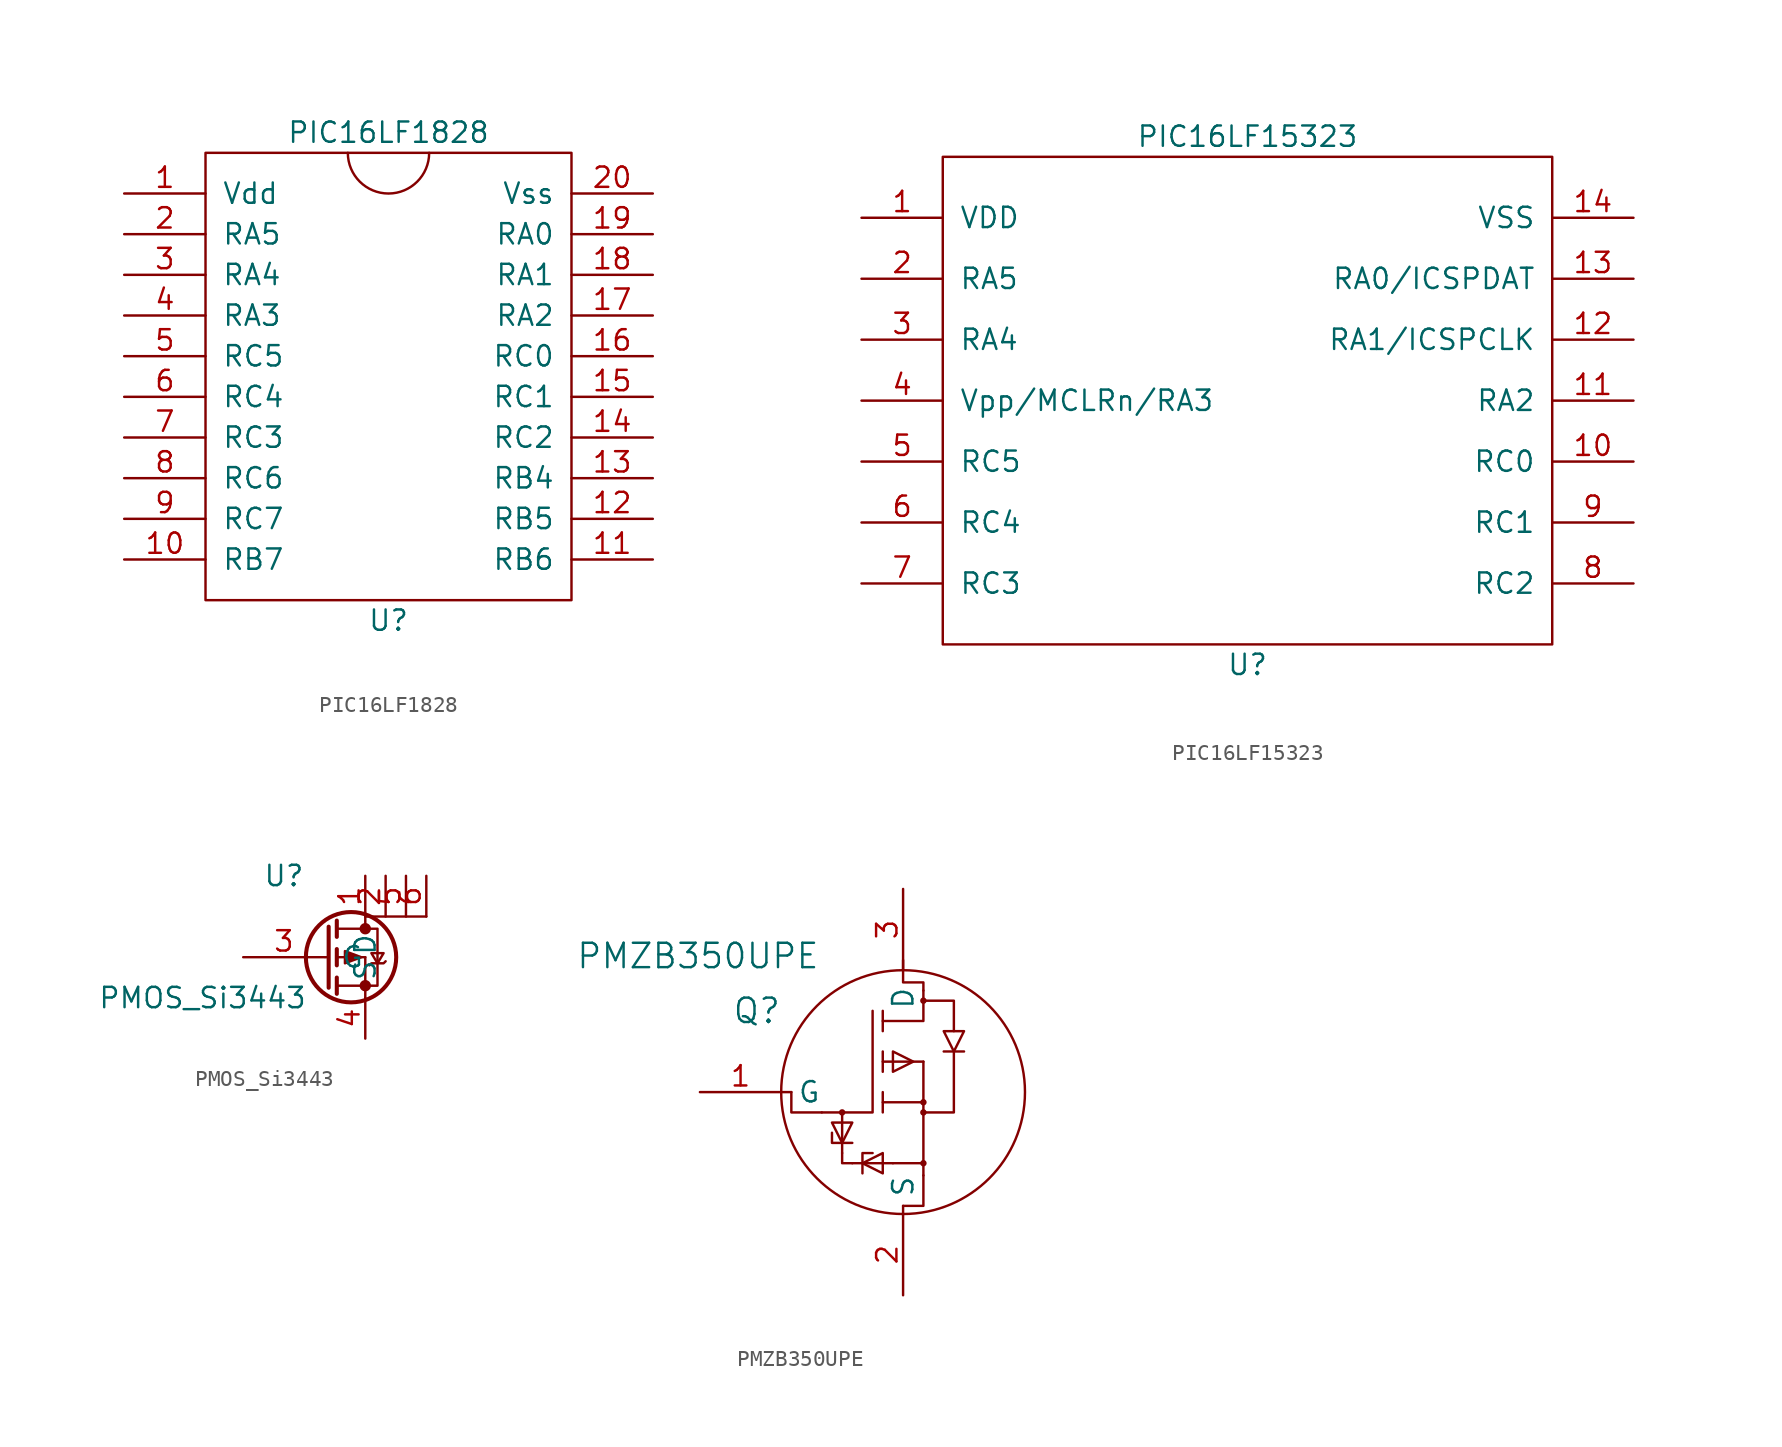
<source format=kicad_sym>
(kicad_symbol_lib
  (version 20211014)
  (generator kicad_symbol_editor)
  (symbol "PIC16LF1828"
    (pin_names
      (offset 1.016))
    (property "Reference" "U"
      (at 0 -15.24 0)
      (effects (font (size 1.27 1.27))))
    (property "Value" "PIC16LF1828"
      (at 0 15.24 0)
      (effects (font (size 1.27 1.27))))
    (symbol "PIC16LF1828_0_1"
      (rectangle (start -11.43 13.97) (end 11.43 -13.97) (stroke (width 0) (type default) (color 0 0 0 0)) (fill (type none)))
      (arc (start -2.54 13.97) (mid 0 11.43) (end 2.54 13.97) (stroke (width 0) (type default) (color 0 0 0 0)) (fill (type none))))
    (symbol "PIC16LF1828_1_1"
      (pin input line (at -16.51 11.43 0) (length 5.08) (name "Vdd" (effects (font (size 1.27 1.27)))) (number "1" (effects (font (size 1.27 1.27)))))
      (pin input line (at -16.51 -11.43 0) (length 5.08) (name "RB7" (effects (font (size 1.27 1.27)))) (number "10" (effects (font (size 1.27 1.27)))))
      (pin input line (at 16.51 -11.43 180) (length 5.08) (name "RB6" (effects (font (size 1.27 1.27)))) (number "11" (effects (font (size 1.27 1.27)))))
      (pin input line (at 16.51 -8.89 180) (length 5.08) (name "RB5" (effects (font (size 1.27 1.27)))) (number "12" (effects (font (size 1.27 1.27)))))
      (pin input line (at 16.51 -6.35 180) (length 5.08) (name "RB4" (effects (font (size 1.27 1.27)))) (number "13" (effects (font (size 1.27 1.27)))))
      (pin input line (at 16.51 -3.81 180) (length 5.08) (name "RC2" (effects (font (size 1.27 1.27)))) (number "14" (effects (font (size 1.27 1.27)))))
      (pin input line (at 16.51 -1.27 180) (length 5.08) (name "RC1" (effects (font (size 1.27 1.27)))) (number "15" (effects (font (size 1.27 1.27)))))
      (pin input line (at 16.51 1.27 180) (length 5.08) (name "RC0" (effects (font (size 1.27 1.27)))) (number "16" (effects (font (size 1.27 1.27)))))
      (pin input line (at 16.51 3.81 180) (length 5.08) (name "RA2" (effects (font (size 1.27 1.27)))) (number "17" (effects (font (size 1.27 1.27)))))
      (pin input line (at 16.51 6.35 180) (length 5.08) (name "RA1" (effects (font (size 1.27 1.27)))) (number "18" (effects (font (size 1.27 1.27)))))
      (pin input line (at 16.51 8.89 180) (length 5.08) (name "RA0" (effects (font (size 1.27 1.27)))) (number "19" (effects (font (size 1.27 1.27)))))
      (pin input line (at -16.51 8.89 0) (length 5.08) (name "RA5" (effects (font (size 1.27 1.27)))) (number "2" (effects (font (size 1.27 1.27)))))
      (pin input line (at 16.51 11.43 180) (length 5.08) (name "Vss" (effects (font (size 1.27 1.27)))) (number "20" (effects (font (size 1.27 1.27)))))
      (pin input line (at -16.51 6.35 0) (length 5.08) (name "RA4" (effects (font (size 1.27 1.27)))) (number "3" (effects (font (size 1.27 1.27)))))
      (pin input line (at -16.51 3.81 0) (length 5.08) (name "RA3" (effects (font (size 1.27 1.27)))) (number "4" (effects (font (size 1.27 1.27)))))
      (pin input line (at -16.51 1.27 0) (length 5.08) (name "RC5" (effects (font (size 1.27 1.27)))) (number "5" (effects (font (size 1.27 1.27)))))
      (pin input line (at -16.51 -1.27 0) (length 5.08) (name "RC4" (effects (font (size 1.27 1.27)))) (number "6" (effects (font (size 1.27 1.27)))))
      (pin input line (at -16.51 -3.81 0) (length 5.08) (name "RC3" (effects (font (size 1.27 1.27)))) (number "7" (effects (font (size 1.27 1.27)))))
      (pin input line (at -16.51 -6.35 0) (length 5.08) (name "RC6" (effects (font (size 1.27 1.27)))) (number "8" (effects (font (size 1.27 1.27)))))
      (pin input line (at -16.51 -8.89 0) (length 5.08) (name "RC7" (effects (font (size 1.27 1.27)))) (number "9" (effects (font (size 1.27 1.27)))))))
  (symbol "PIC16LF15323"
    (pin_names
      (offset 1.016))
    (property "Reference" "U"
      (at 0 -16.51 0)
      (effects (font (size 1.27 1.27))))
    (property "Value" "PIC16LF15323"
      (at 0 16.51 0)
      (effects (font (size 1.27 1.27))))
    (symbol "PIC16LF15323_0_1"
      (rectangle (start -19.05 15.24) (end 19.05 -15.24) (stroke (width 0) (type default) (color 0 0 0 0)) (fill (type none))))
    (symbol "PIC16LF15323_1_1"
      (pin input line (at -24.13 11.43 0) (length 5.08) (name "VDD" (effects (font (size 1.27 1.27)))) (number "1" (effects (font (size 1.27 1.27)))))
      (pin input line (at 24.13 -3.81 180) (length 5.08) (name "RC0" (effects (font (size 1.27 1.27)))) (number "10" (effects (font (size 1.27 1.27)))))
      (pin input line (at 24.13 0 180) (length 5.08) (name "RA2" (effects (font (size 1.27 1.27)))) (number "11" (effects (font (size 1.27 1.27)))))
      (pin input line (at 24.13 3.81 180) (length 5.08) (name "RA1/ICSPCLK" (effects (font (size 1.27 1.27)))) (number "12" (effects (font (size 1.27 1.27)))))
      (pin input line (at 24.13 7.62 180) (length 5.08) (name "RA0/ICSPDAT" (effects (font (size 1.27 1.27)))) (number "13" (effects (font (size 1.27 1.27)))))
      (pin input line (at 24.13 11.43 180) (length 5.08) (name "VSS" (effects (font (size 1.27 1.27)))) (number "14" (effects (font (size 1.27 1.27)))))
      (pin input line (at -24.13 7.62 0) (length 5.08) (name "RA5" (effects (font (size 1.27 1.27)))) (number "2" (effects (font (size 1.27 1.27)))))
      (pin input line (at -24.13 3.81 0) (length 5.08) (name "RA4" (effects (font (size 1.27 1.27)))) (number "3" (effects (font (size 1.27 1.27)))))
      (pin input line (at -24.13 0 0) (length 5.08) (name "Vpp/MCLRn/RA3" (effects (font (size 1.27 1.27)))) (number "4" (effects (font (size 1.27 1.27)))))
      (pin input line (at -24.13 -3.81 0) (length 5.08) (name "RC5" (effects (font (size 1.27 1.27)))) (number "5" (effects (font (size 1.27 1.27)))))
      (pin input line (at -24.13 -7.62 0) (length 5.08) (name "RC4" (effects (font (size 1.27 1.27)))) (number "6" (effects (font (size 1.27 1.27)))))
      (pin input line (at -24.13 -11.43 0) (length 5.08) (name "RC3" (effects (font (size 1.27 1.27)))) (number "7" (effects (font (size 1.27 1.27)))))
      (pin input line (at 24.13 -11.43 180) (length 5.08) (name "RC2" (effects (font (size 1.27 1.27)))) (number "8" (effects (font (size 1.27 1.27)))))
      (pin input line (at 24.13 -7.62 180) (length 5.08) (name "RC1" (effects (font (size 1.27 1.27)))) (number "9" (effects (font (size 1.27 1.27)))))))
  (symbol "PMOS_Si3443"
    (pin_names
      (offset 1.016))
    (property "Reference" "U"
      (at -5.08 5.08 0)
      (effects (font (size 1.27 1.27))))
    (property "Value" "PMOS_Si3443"
      (at -10.16 -2.54 0)
      (effects (font (size 1.27 1.27))))
    (symbol "PMOS_Si3443_0_1"
      (rectangle (start 0 2.54) (end 3.81 2.54) (stroke (width 0) (type default) (color 0 0 0 0)) (fill (type none))))
    (symbol "PMOS_Si3443_1_1"
      (circle (center -0.889 0) (radius 2.819) (stroke (width 0.254) (type default) (color 0 0 0 0)) (fill (type none)))
      (circle (center 0 -1.778) (radius 0.279) (stroke (width 0) (type default) (color 0 0 0 0)) (fill (type outline)))
      (polyline (pts (xy -2.489 0) (xy -2.286 0)) (stroke (width 0) (type default) (color 0 0 0 0)) (fill (type none)))
      (polyline (pts (xy -1.778 -1.778) (xy 0 -1.778)) (stroke (width 0) (type default) (color 0 0 0 0)) (fill (type none)))
      (polyline (pts (xy -1.778 -1.27) (xy -1.778 -2.286)) (stroke (width 0.254) (type default) (color 0 0 0 0)) (fill (type none)))
      (polyline (pts (xy -1.778 0) (xy 0 0)) (stroke (width 0) (type default) (color 0 0 0 0)) (fill (type none)))
      (polyline (pts (xy -1.778 0.508) (xy -1.778 -0.508)) (stroke (width 0.254) (type default) (color 0 0 0 0)) (fill (type none)))
      (polyline (pts (xy -1.778 1.778) (xy 0 1.778)) (stroke (width 0) (type default) (color 0 0 0 0)) (fill (type none)))
      (polyline (pts (xy -1.778 2.286) (xy -1.778 1.27)) (stroke (width 0.254) (type default) (color 0 0 0 0)) (fill (type none)))
      (polyline (pts (xy 0 -1.778) (xy 0 -2.54)) (stroke (width 0) (type default) (color 0 0 0 0)) (fill (type none)))
      (polyline (pts (xy 0 -1.778) (xy 0 0)) (stroke (width 0) (type default) (color 0 0 0 0)) (fill (type none)))
      (polyline (pts (xy 0 2.54) (xy 0 1.778)) (stroke (width 0) (type default) (color 0 0 0 0)) (fill (type none)))
      (polyline (pts (xy -2.286 1.905) (xy -2.286 -1.905) (xy -2.286 -1.905)) (stroke (width 0.254) (type default) (color 0 0 0 0)) (fill (type none)))
      (polyline (pts (xy -0.254 0) (xy -1.27 -0.381) (xy -1.27 0.381) (xy -0.254 0)) (stroke (width 0) (type default) (color 0 0 0 0)) (fill (type outline)))
      (polyline (pts (xy 0 -1.778) (xy 0.762 -1.778) (xy 0.762 1.778) (xy 0 1.778)) (stroke (width 0) (type default) (color 0 0 0 0)) (fill (type none)))
      (polyline (pts (xy 0.254 -0.508) (xy 0.381 -0.381) (xy 1.143 -0.381) (xy 1.27 -0.254)) (stroke (width 0) (type default) (color 0 0 0 0)) (fill (type none)))
      (polyline (pts (xy 0.762 -0.381) (xy 0.381 0.254) (xy 1.143 0.254) (xy 0.762 -0.381)) (stroke (width 0) (type default) (color 0 0 0 0)) (fill (type none)))
      (circle (center 0 1.778) (radius 0.279) (stroke (width 0) (type default) (color 0 0 0 0)) (fill (type outline)))
      (pin passive line (at 0 5.08 270) (length 2.54) (name "D" (effects (font (size 1.27 1.27)))) (number "1" (effects (font (size 1.27 1.27)))))
      (pin passive line (at 1.27 5.08 270) (length 2.54) (name "~" (effects (font (size 1.27 1.27)))) (number "2" (effects (font (size 1.27 1.27)))))
      (pin input line (at -7.62 0 0) (length 5.08) (name "G" (effects (font (size 1.27 1.27)))) (number "3" (effects (font (size 1.27 1.27)))))
      (pin passive line (at 0 -5.08 90) (length 2.54) (name "S" (effects (font (size 1.27 1.27)))) (number "4" (effects (font (size 1.27 1.27)))))
      (pin passive line (at 2.54 5.08 270) (length 2.54) (name "~" (effects (font (size 1.27 1.27)))) (number "5" (effects (font (size 1.27 1.27)))))
      (pin passive line (at 3.81 5.08 270) (length 2.54) (name "~" (effects (font (size 1.27 1.27)))) (number "6" (effects (font (size 1.27 1.27)))))))
  (symbol "PMZB350UPE"
    (pin_names
      (offset 1.016))
    (property "Reference" "Q"
      (at -9.144 5.08 0)
      (effects (font (size 1.524 1.524))))
    (property "Value" "PMZB350UPE"
      (at -12.827 8.509 0)
      (effects (font (size 1.524 1.524))))
    (property "Footprint" ""
      (at 0 0 0)
      (effects (font (size 1.524 1.524))))
    (property "Datasheet" ""
      (at 0 0 0)
      (effects (font (size 1.524 1.524))))
    (symbol "PMZB350UPE_0_1"
      (circle (center -3.81 -1.27) (radius 0.127) (stroke (width 0) (type default) (color 0 0 0 0)) (fill (type none)))
      (polyline (pts (xy -7.62 0) (xy -6.985 0)) (stroke (width 0) (type default) (color 0 0 0 0)) (fill (type none)))
      (polyline (pts (xy -3.81 -3.81) (xy -3.81 -1.27)) (stroke (width 0) (type default) (color 0 0 0 0)) (fill (type none)))
      (polyline (pts (xy -3.175 -4.445) (xy -0.635 -4.445)) (stroke (width 0) (type default) (color 0 0 0 0)) (fill (type none)))
      (polyline (pts (xy -1.27 -1.27) (xy -1.27 0)) (stroke (width 0) (type default) (color 0 0 0 0)) (fill (type none)))
      (polyline (pts (xy -1.27 1.27) (xy -1.27 2.54)) (stroke (width 0) (type default) (color 0 0 0 0)) (fill (type none)))
      (polyline (pts (xy -1.27 1.905) (xy 1.27 1.905)) (stroke (width 0) (type default) (color 0 0 0 0)) (fill (type none)))
      (polyline (pts (xy -1.27 3.81) (xy -1.27 5.08)) (stroke (width 0) (type default) (color 0 0 0 0)) (fill (type none)))
      (polyline (pts (xy 0 -7.62) (xy 0 -7.112)) (stroke (width 0) (type default) (color 0 0 0 0)) (fill (type none)))
      (polyline (pts (xy 0 8.255) (xy 0 7.62)) (stroke (width 0) (type default) (color 0 0 0 0)) (fill (type none)))
      (polyline (pts (xy 1.27 -4.445) (xy 1.27 -5.207)) (stroke (width 0) (type default) (color 0 0 0 0)) (fill (type none)))
      (polyline (pts (xy 1.27 5.715) (xy 1.27 6.35)) (stroke (width 0) (type default) (color 0 0 0 0)) (fill (type none)))
      (polyline (pts (xy 2.54 2.54) (xy 3.81 2.54)) (stroke (width 0) (type default) (color 0 0 0 0)) (fill (type none)))
      (polyline (pts (xy -6.985 0) (xy -6.985 -1.27) (xy -5.08 -1.27)) (stroke (width 0) (type default) (color 0 0 0 0)) (fill (type none)))
      (polyline (pts (xy -4.445 -2.54) (xy -4.445 -3.175) (xy -3.175 -3.175)) (stroke (width 0) (type default) (color 0 0 0 0)) (fill (type none)))
      (polyline (pts (xy -3.81 -3.81) (xy -3.81 -4.445) (xy -3.175 -4.445)) (stroke (width 0) (type default) (color 0 0 0 0)) (fill (type none)))
      (polyline (pts (xy -1.905 -3.81) (xy -2.54 -3.81) (xy -2.54 -5.08)) (stroke (width 0) (type default) (color 0 0 0 0)) (fill (type none)))
      (polyline (pts (xy -1.905 5.08) (xy -1.905 -1.27) (xy -5.08 -1.27)) (stroke (width 0) (type default) (color 0 0 0 0)) (fill (type none)))
      (polyline (pts (xy -1.27 4.445) (xy 1.27 4.445) (xy 1.27 5.715)) (stroke (width 0) (type default) (color 0 0 0 0)) (fill (type none)))
      (polyline (pts (xy -0.635 -4.445) (xy 1.27 -4.445) (xy 1.27 -0.635)) (stroke (width 0) (type default) (color 0 0 0 0)) (fill (type none)))
      (polyline (pts (xy 0 -7.112) (xy 1.27 -7.112) (xy 1.27 -5.207)) (stroke (width 0) (type default) (color 0 0 0 0)) (fill (type none)))
      (polyline (pts (xy 1.27 -1.27) (xy 3.175 -1.27) (xy 3.175 2.54)) (stroke (width 0) (type default) (color 0 0 0 0)) (fill (type none)))
      (polyline (pts (xy 1.27 1.905) (xy 1.27 -0.635) (xy -1.27 -0.635)) (stroke (width 0) (type default) (color 0 0 0 0)) (fill (type none)))
      (polyline (pts (xy 1.27 5.715) (xy 3.175 5.715) (xy 3.175 3.81)) (stroke (width 0) (type default) (color 0 0 0 0)) (fill (type none)))
      (polyline (pts (xy -4.445 -1.905) (xy -3.81 -3.175) (xy -3.175 -1.905) (xy -4.445 -1.905)) (stroke (width 0) (type default) (color 0 0 0 0)) (fill (type none)))
      (polyline (pts (xy -1.27 -3.81) (xy -2.54 -4.445) (xy -1.27 -5.08) (xy -1.27 -3.81)) (stroke (width 0) (type default) (color 0 0 0 0)) (fill (type none)))
      (polyline (pts (xy -0.635 2.54) (xy -0.635 1.27) (xy 0.635 1.905) (xy -0.635 2.54)) (stroke (width 0) (type default) (color 0 0 0 0)) (fill (type none)))
      (polyline (pts (xy 1.27 6.35) (xy 1.27 6.858) (xy 0 6.858) (xy 0 7.62)) (stroke (width 0) (type default) (color 0 0 0 0)) (fill (type none)))
      (polyline (pts (xy 2.54 3.81) (xy 3.81 3.81) (xy 3.175 2.54) (xy 2.54 3.81)) (stroke (width 0) (type default) (color 0 0 0 0)) (fill (type none)))
      (circle (center 0 0) (radius 7.62) (stroke (width 0) (type default) (color 0 0 0 0)) (fill (type none)))
      (circle (center 1.27 -4.445) (radius 0.127) (stroke (width 0) (type default) (color 0 0 0 0)) (fill (type none)))
      (circle (center 1.27 -1.27) (radius 0.127) (stroke (width 0) (type default) (color 0 0 0 0)) (fill (type none)))
      (circle (center 1.27 -0.635) (radius 0.127) (stroke (width 0) (type default) (color 0 0 0 0)) (fill (type none)))
      (circle (center 1.27 5.715) (radius 0.127) (stroke (width 0) (type default) (color 0 0 0 0)) (fill (type none))))
    (symbol "PMZB350UPE_1_1"
      (pin input line (at -12.7 0 0) (length 5.08) (name "G" (effects (font (size 1.27 1.27)))) (number "1" (effects (font (size 1.27 1.27)))))
      (pin input line (at 0 -12.7 90) (length 5.08) (name "S" (effects (font (size 1.27 1.27)))) (number "2" (effects (font (size 1.27 1.27)))))
      (pin input line (at 0 12.7 270) (length 5.08) (name "D" (effects (font (size 1.27 1.27)))) (number "3" (effects (font (size 1.27 1.27))))))))
</source>
